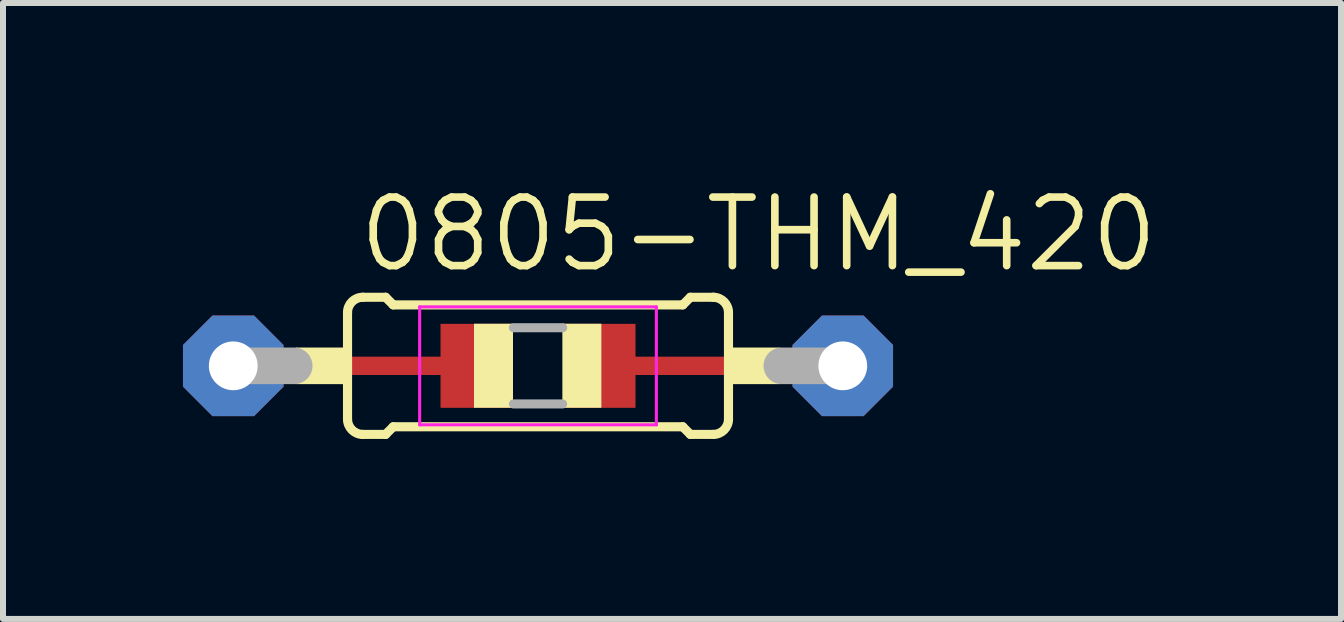
<source format=kicad_pcb>
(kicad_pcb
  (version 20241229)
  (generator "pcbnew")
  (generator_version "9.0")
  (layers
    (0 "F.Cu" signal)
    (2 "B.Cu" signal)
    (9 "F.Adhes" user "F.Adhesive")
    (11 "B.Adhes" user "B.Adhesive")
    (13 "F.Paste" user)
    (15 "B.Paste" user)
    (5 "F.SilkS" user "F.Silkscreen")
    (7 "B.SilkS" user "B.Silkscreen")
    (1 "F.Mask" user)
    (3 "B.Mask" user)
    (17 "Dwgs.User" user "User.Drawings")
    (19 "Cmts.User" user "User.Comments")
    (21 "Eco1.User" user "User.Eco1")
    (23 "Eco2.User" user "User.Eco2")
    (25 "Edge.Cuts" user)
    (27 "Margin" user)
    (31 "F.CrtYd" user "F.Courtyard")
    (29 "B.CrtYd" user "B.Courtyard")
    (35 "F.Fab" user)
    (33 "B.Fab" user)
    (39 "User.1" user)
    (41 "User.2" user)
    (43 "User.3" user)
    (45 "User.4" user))
  (footprint "0805-THM_420"
    (layer "F.Cu")
    (at 5.918 3.048)
    (property "Reference" "0805-THM_420" (at -3.048 -1.524 0) (layer "F.SilkS") (effects (font (size 1.143 1.143) (thickness 0.127)) (justify left bottom)))
    (fp_line (start -4.5 0) (end -1.1 0) (stroke (width 0.305) (type solid)) (layer "F.Cu"))
    (fp_line (start 1 0) (end 5.1 0) (stroke (width 0.305) (type solid)) (layer "F.Cu"))
    (fp_poly (pts (xy -1.625 0.7) (xy -0.425 0.7) (xy -0.425 -0.7) (xy -1.625 -0.7)) (stroke (width 0) (type default)) (fill yes) (layer "F.Cu"))
    (fp_poly (pts (xy 0.425 0.7) (xy 1.625 0.7) (xy 1.625 -0.7) (xy 0.425 -0.7)) (stroke (width 0) (type default)) (fill yes) (layer "F.Cu"))
    (fp_poly (pts (xy -1.725 0.8) (xy -0.325 0.8) (xy -0.325 -0.8) (xy -1.725 -0.8)) (stroke (width 0) (type default)) (fill yes) (layer "F.Mask"))
    (fp_poly (pts (xy 0.325 0.8) (xy 1.725 0.8) (xy 1.725 -0.8) (xy 0.325 -0.8)) (stroke (width 0) (type default)) (fill yes) (layer "F.Mask"))
    (fp_line (start -3.175 0.889) (end -3.175 -0.889) (stroke (width 0.152) (type solid)) (layer "F.SilkS"))
    (fp_line (start -2.921 -1.143) (end -2.54 -1.143) (stroke (width 0.152) (type solid)) (layer "F.SilkS"))
    (fp_line (start -2.921 1.143) (end -2.54 1.143) (stroke (width 0.152) (type solid)) (layer "F.SilkS"))
    (fp_line (start -2.413 -1.016) (end -2.54 -1.143) (stroke (width 0.152) (type solid)) (layer "F.SilkS"))
    (fp_line (start -2.413 1.016) (end -2.54 1.143) (stroke (width 0.152) (type solid)) (layer "F.SilkS"))
    (fp_line (start 2.413 -1.016) (end -2.413 -1.016) (stroke (width 0.152) (type solid)) (layer "F.SilkS"))
    (fp_line (start 2.413 -1.016) (end 2.54 -1.143) (stroke (width 0.152) (type solid)) (layer "F.SilkS"))
    (fp_line (start 2.413 1.016) (end -2.413 1.016) (stroke (width 0.152) (type solid)) (layer "F.SilkS"))
    (fp_line (start 2.413 1.016) (end 2.54 1.143) (stroke (width 0.152) (type solid)) (layer "F.SilkS"))
    (fp_line (start 2.921 -1.143) (end 2.54 -1.143) (stroke (width 0.152) (type solid)) (layer "F.SilkS"))
    (fp_line (start 2.921 1.143) (end 2.54 1.143) (stroke (width 0.152) (type solid)) (layer "F.SilkS"))
    (fp_line (start 3.175 0.889) (end 3.175 -0.889) (stroke (width 0.152) (type solid)) (layer "F.SilkS"))
    (fp_arc (start -3.175 -0.889) (mid -3.100605 -1.068605) (end -2.921 -1.143) (stroke (width 0.1524) (type solid)) (layer "F.SilkS"))
    (fp_arc (start -2.921 1.143) (mid -3.100605 1.068605) (end -3.175 0.889) (stroke (width 0.1524) (type solid)) (layer "F.SilkS"))
    (fp_arc (start 2.921 -1.143) (mid 3.100605 -1.068605) (end 3.175 -0.889) (stroke (width 0.1524) (type solid)) (layer "F.SilkS"))
    (fp_arc (start 3.175 0.889) (mid 3.100605 1.068605) (end 2.921 1.143) (stroke (width 0.1524) (type solid)) (layer "F.SilkS"))
    (fp_poly (pts (xy -4.039 0.305) (xy -3.175 0.305) (xy -3.175 -0.305) (xy -4.039 -0.305)) (stroke (width 0) (type default)) (fill yes) (layer "F.SilkS"))
    (fp_poly (pts (xy -1.067 0.699) (xy -0.417 0.699) (xy -0.417 -0.702) (xy -1.067 -0.702)) (stroke (width 0) (type default)) (fill yes) (layer "F.SilkS"))
    (fp_poly (pts (xy 0.406 0.699) (xy 1.056 0.699) (xy 1.056 -0.702) (xy 0.406 -0.702)) (stroke (width 0) (type default)) (fill yes) (layer "F.SilkS"))
    (fp_poly (pts (xy 3.175 0.305) (xy 4.039 0.305) (xy 4.039 -0.305) (xy 3.175 -0.305)) (stroke (width 0) (type default)) (fill yes) (layer "F.SilkS"))
    (fp_poly (pts (xy -1.625 0.7) (xy -0.425 0.7) (xy -0.425 -0.7) (xy -1.625 -0.7)) (stroke (width 0) (type default)) (fill yes) (layer "F.Paste"))
    (fp_poly (pts (xy 0.425 0.7) (xy 1.625 0.7) (xy 1.625 -0.7) (xy 0.425 -0.7)) (stroke (width 0) (type default)) (fill yes) (layer "F.Paste"))
    (fp_line (start -1.973 -0.983) (end 1.973 -0.983) (stroke (width 0.051) (type solid)) (layer "F.CrtYd"))
    (fp_line (start -1.973 0.983) (end -1.973 -0.983) (stroke (width 0.051) (type solid)) (layer "F.CrtYd"))
    (fp_line (start 1.973 -0.983) (end 1.973 0.983) (stroke (width 0.051) (type solid)) (layer "F.CrtYd"))
    (fp_line (start 1.973 0.983) (end -1.973 0.983) (stroke (width 0.051) (type solid)) (layer "F.CrtYd"))
    (fp_line (start -5.08 0) (end -4.064 0) (stroke (width 0.61) (type solid)) (layer "F.Fab"))
    (fp_line (start -0.41 -0.635) (end 0.41 -0.635) (stroke (width 0.152) (type solid)) (layer "F.Fab"))
    (fp_line (start -0.41 0.635) (end 0.41 0.635) (stroke (width 0.152) (type solid)) (layer "F.Fab"))
    (fp_line (start 5.08 0) (end 4.064 0) (stroke (width 0.61) (type solid)) (layer "F.Fab"))
    (pad "1" thru_hole roundrect (at -5.08 0) (size 1.676 1.676) (drill 0.813) (layers "*.Cu" "*.Mask") (roundrect_rratio 0.25) (chamfer_ratio 0.293) (chamfer top_left top_right bottom_left bottom_right))
    (pad "2" thru_hole roundrect (at 5.08 0) (size 1.676 1.676) (drill 0.813) (layers "*.Cu" "*.Mask") (roundrect_rratio 0.25) (chamfer_ratio 0.293) (chamfer top_left top_right bottom_left bottom_right)))
  (gr_rect
    (start -3 -3)
    (end 19.303 7.267)
    (stroke (width 0.1) (type default))
    (fill no)
    (layer "Edge.Cuts")))
</source>
